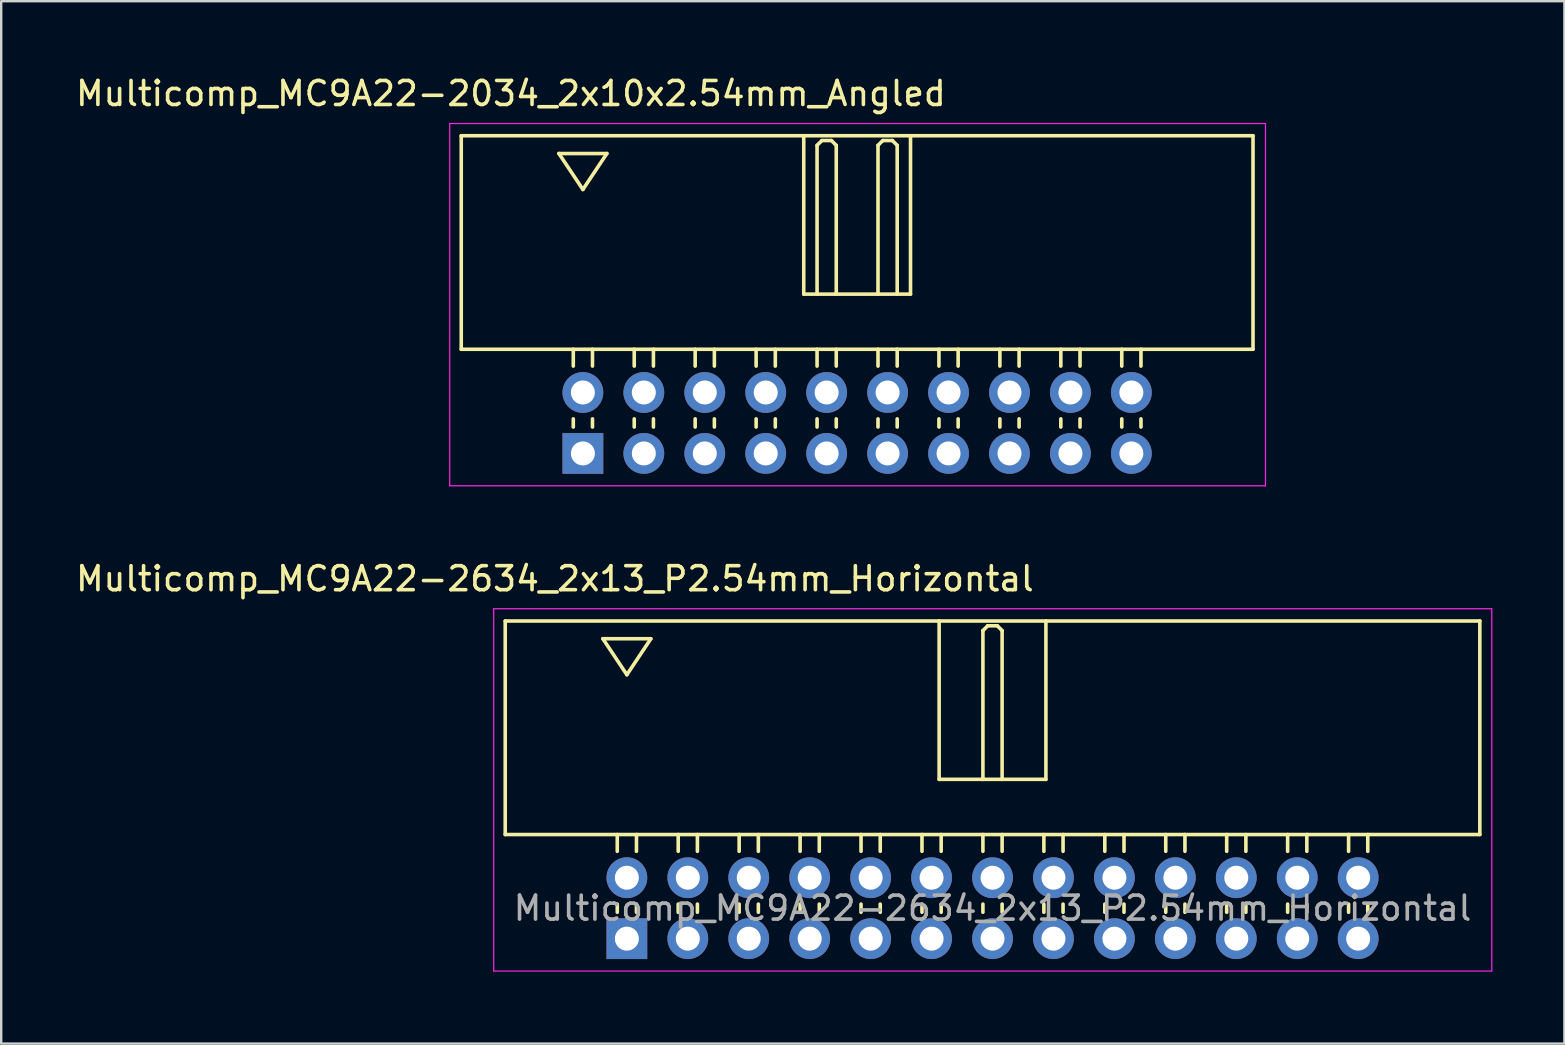
<source format=kicad_pcb>
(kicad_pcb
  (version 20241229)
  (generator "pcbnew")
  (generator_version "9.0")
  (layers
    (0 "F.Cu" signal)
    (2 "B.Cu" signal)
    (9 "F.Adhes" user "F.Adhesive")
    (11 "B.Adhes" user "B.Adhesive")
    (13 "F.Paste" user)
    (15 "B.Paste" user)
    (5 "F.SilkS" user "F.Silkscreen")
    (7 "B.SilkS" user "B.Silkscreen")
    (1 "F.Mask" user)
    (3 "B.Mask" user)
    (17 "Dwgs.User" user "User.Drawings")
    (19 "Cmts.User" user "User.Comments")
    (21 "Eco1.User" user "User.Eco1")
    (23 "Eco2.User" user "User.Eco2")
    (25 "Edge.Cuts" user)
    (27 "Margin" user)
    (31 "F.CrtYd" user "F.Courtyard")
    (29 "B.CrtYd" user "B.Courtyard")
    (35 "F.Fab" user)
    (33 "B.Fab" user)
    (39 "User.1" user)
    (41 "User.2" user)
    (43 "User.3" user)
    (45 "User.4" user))
  (footprint "Multicomp_MC9A22-2634_2x13_P2.54mm_Horizontal"
    (layer "F.Cu")
    (at 23.077 36.072)
    (property "Reference" "Multicomp_MC9A22-2634_2x13_P2.54mm_Horizontal" (at -3 -15 0) (layer "F.SilkS") (effects (font (size 1 1) (thickness 0.15))))
    (attr through_hole)
    (fp_line (start -5.07 -13.24) (end 35.55 -13.24) (stroke (width 0.15) (type solid)) (layer "F.SilkS"))
    (fp_line (start -5.07 -4.34) (end -5.07 -13.24) (stroke (width 0.15) (type solid)) (layer "F.SilkS"))
    (fp_line (start -1 -12.5) (end 1 -12.5) (stroke (width 0.15) (type solid)) (layer "F.SilkS"))
    (fp_line (start -0.4 -3.64) (end -0.4 -4.34) (stroke (width 0.15) (type solid)) (layer "F.SilkS"))
    (fp_line (start -0.4 -1.1) (end -0.4 -1.44) (stroke (width 0.15) (type solid)) (layer "F.SilkS"))
    (fp_line (start 0 -11) (end -1 -12.5) (stroke (width 0.15) (type solid)) (layer "F.SilkS"))
    (fp_line (start 0.4 -3.64) (end 0.4 -4.34) (stroke (width 0.15) (type solid)) (layer "F.SilkS"))
    (fp_line (start 0.4 -1.1) (end 0.4 -1.44) (stroke (width 0.15) (type solid)) (layer "F.SilkS"))
    (fp_line (start 1 -12.5) (end 0 -11) (stroke (width 0.15) (type solid)) (layer "F.SilkS"))
    (fp_line (start 2.14 -3.64) (end 2.14 -4.34) (stroke (width 0.15) (type solid)) (layer "F.SilkS"))
    (fp_line (start 2.14 -1.1) (end 2.14 -1.44) (stroke (width 0.15) (type solid)) (layer "F.SilkS"))
    (fp_line (start 2.94 -3.64) (end 2.94 -4.34) (stroke (width 0.15) (type solid)) (layer "F.SilkS"))
    (fp_line (start 2.94 -1.1) (end 2.94 -1.44) (stroke (width 0.15) (type solid)) (layer "F.SilkS"))
    (fp_line (start 4.68 -3.64) (end 4.68 -4.34) (stroke (width 0.15) (type solid)) (layer "F.SilkS"))
    (fp_line (start 4.68 -1.1) (end 4.68 -1.44) (stroke (width 0.15) (type solid)) (layer "F.SilkS"))
    (fp_line (start 5.48 -3.64) (end 5.48 -4.34) (stroke (width 0.15) (type solid)) (layer "F.SilkS"))
    (fp_line (start 5.48 -1.1) (end 5.48 -1.44) (stroke (width 0.15) (type solid)) (layer "F.SilkS"))
    (fp_line (start 7.22 -3.64) (end 7.22 -4.34) (stroke (width 0.15) (type solid)) (layer "F.SilkS"))
    (fp_line (start 7.22 -1.1) (end 7.22 -1.44) (stroke (width 0.15) (type solid)) (layer "F.SilkS"))
    (fp_line (start 8.02 -3.64) (end 8.02 -4.34) (stroke (width 0.15) (type solid)) (layer "F.SilkS"))
    (fp_line (start 8.02 -1.1) (end 8.02 -1.44) (stroke (width 0.15) (type solid)) (layer "F.SilkS"))
    (fp_line (start 9.76 -3.64) (end 9.76 -4.34) (stroke (width 0.15) (type solid)) (layer "F.SilkS"))
    (fp_line (start 9.76 -1.1) (end 9.76 -1.44) (stroke (width 0.15) (type solid)) (layer "F.SilkS"))
    (fp_line (start 10.56 -3.64) (end 10.56 -4.34) (stroke (width 0.15) (type solid)) (layer "F.SilkS"))
    (fp_line (start 10.56 -1.1) (end 10.56 -1.44) (stroke (width 0.15) (type solid)) (layer "F.SilkS"))
    (fp_line (start 12.3 -3.64) (end 12.3 -4.34) (stroke (width 0.15) (type solid)) (layer "F.SilkS"))
    (fp_line (start 12.3 -1.1) (end 12.3 -1.44) (stroke (width 0.15) (type solid)) (layer "F.SilkS"))
    (fp_line (start 13.015 -13.24) (end 13.015 -6.64) (stroke (width 0.15) (type solid)) (layer "F.SilkS"))
    (fp_line (start 13.015 -6.64) (end 17.465 -6.64) (stroke (width 0.15) (type solid)) (layer "F.SilkS"))
    (fp_line (start 13.1 -3.64) (end 13.1 -4.34) (stroke (width 0.15) (type solid)) (layer "F.SilkS"))
    (fp_line (start 13.1 -1.1) (end 13.1 -1.44) (stroke (width 0.15) (type solid)) (layer "F.SilkS"))
    (fp_line (start 14.84 -12.84) (end 15.04 -13.04) (stroke (width 0.15) (type solid)) (layer "F.SilkS"))
    (fp_line (start 14.84 -6.64) (end 14.84 -12.84) (stroke (width 0.15) (type solid)) (layer "F.SilkS"))
    (fp_line (start 14.84 -3.64) (end 14.84 -4.34) (stroke (width 0.15) (type solid)) (layer "F.SilkS"))
    (fp_line (start 14.84 -1.1) (end 14.84 -1.44) (stroke (width 0.15) (type solid)) (layer "F.SilkS"))
    (fp_line (start 15.04 -13.04) (end 15.44 -13.04) (stroke (width 0.15) (type solid)) (layer "F.SilkS"))
    (fp_line (start 15.44 -13.04) (end 15.64 -12.84) (stroke (width 0.15) (type solid)) (layer "F.SilkS"))
    (fp_line (start 15.64 -12.84) (end 15.64 -6.64) (stroke (width 0.15) (type solid)) (layer "F.SilkS"))
    (fp_line (start 15.64 -3.64) (end 15.64 -4.34) (stroke (width 0.15) (type solid)) (layer "F.SilkS"))
    (fp_line (start 15.64 -1.1) (end 15.64 -1.44) (stroke (width 0.15) (type solid)) (layer "F.SilkS"))
    (fp_line (start 17.38 -3.64) (end 17.38 -4.34) (stroke (width 0.15) (type solid)) (layer "F.SilkS"))
    (fp_line (start 17.38 -1.1) (end 17.38 -1.44) (stroke (width 0.15) (type solid)) (layer "F.SilkS"))
    (fp_line (start 17.465 -6.64) (end 17.465 -13.24) (stroke (width 0.15) (type solid)) (layer "F.SilkS"))
    (fp_line (start 18.18 -3.64) (end 18.18 -4.34) (stroke (width 0.15) (type solid)) (layer "F.SilkS"))
    (fp_line (start 18.18 -1.1) (end 18.18 -1.44) (stroke (width 0.15) (type solid)) (layer "F.SilkS"))
    (fp_line (start 19.92 -3.64) (end 19.92 -4.34) (stroke (width 0.15) (type solid)) (layer "F.SilkS"))
    (fp_line (start 19.92 -1.1) (end 19.92 -1.44) (stroke (width 0.15) (type solid)) (layer "F.SilkS"))
    (fp_line (start 20.72 -3.64) (end 20.72 -4.34) (stroke (width 0.15) (type solid)) (layer "F.SilkS"))
    (fp_line (start 20.72 -1.1) (end 20.72 -1.44) (stroke (width 0.15) (type solid)) (layer "F.SilkS"))
    (fp_line (start 22.46 -3.64) (end 22.46 -4.34) (stroke (width 0.15) (type solid)) (layer "F.SilkS"))
    (fp_line (start 22.46 -1.1) (end 22.46 -1.44) (stroke (width 0.15) (type solid)) (layer "F.SilkS"))
    (fp_line (start 23.26 -3.64) (end 23.26 -4.34) (stroke (width 0.15) (type solid)) (layer "F.SilkS"))
    (fp_line (start 23.26 -1.1) (end 23.26 -1.44) (stroke (width 0.15) (type solid)) (layer "F.SilkS"))
    (fp_line (start 25 -3.64) (end 25 -4.34) (stroke (width 0.15) (type solid)) (layer "F.SilkS"))
    (fp_line (start 25 -1.1) (end 25 -1.44) (stroke (width 0.15) (type solid)) (layer "F.SilkS"))
    (fp_line (start 25.8 -3.64) (end 25.8 -4.34) (stroke (width 0.15) (type solid)) (layer "F.SilkS"))
    (fp_line (start 25.8 -1.1) (end 25.8 -1.44) (stroke (width 0.15) (type solid)) (layer "F.SilkS"))
    (fp_line (start 27.54 -3.64) (end 27.54 -4.34) (stroke (width 0.15) (type solid)) (layer "F.SilkS"))
    (fp_line (start 27.54 -1.1) (end 27.54 -1.44) (stroke (width 0.15) (type solid)) (layer "F.SilkS"))
    (fp_line (start 28.34 -3.64) (end 28.34 -4.34) (stroke (width 0.15) (type solid)) (layer "F.SilkS"))
    (fp_line (start 28.34 -1.1) (end 28.34 -1.44) (stroke (width 0.15) (type solid)) (layer "F.SilkS"))
    (fp_line (start 30.08 -3.64) (end 30.08 -4.34) (stroke (width 0.15) (type solid)) (layer "F.SilkS"))
    (fp_line (start 30.08 -1.1) (end 30.08 -1.44) (stroke (width 0.15) (type solid)) (layer "F.SilkS"))
    (fp_line (start 30.88 -3.64) (end 30.88 -4.34) (stroke (width 0.15) (type solid)) (layer "F.SilkS"))
    (fp_line (start 30.88 -1.1) (end 30.88 -1.44) (stroke (width 0.15) (type solid)) (layer "F.SilkS"))
    (fp_line (start 35.55 -13.24) (end 35.55 -4.34) (stroke (width 0.15) (type solid)) (layer "F.SilkS"))
    (fp_line (start 35.55 -4.34) (end -5.07 -4.34) (stroke (width 0.15) (type solid)) (layer "F.SilkS"))
    (fp_line (start -5.55 -13.75) (end 36.05 -13.75) (stroke (width 0.05) (type solid)) (layer "F.CrtYd"))
    (fp_line (start -5.55 1.35) (end -5.55 -13.75) (stroke (width 0.05) (type solid)) (layer "F.CrtYd"))
    (fp_line (start 36.05 -13.75) (end 36.05 1.35) (stroke (width 0.05) (type solid)) (layer "F.CrtYd"))
    (fp_line (start 36.05 1.35) (end -5.55 1.35) (stroke (width 0.05) (type solid)) (layer "F.CrtYd"))
    (fp_text user "${REFERENCE}" (at 15.24 -1.27 0) (layer "F.Fab") (effects (font (size 1 1) (thickness 0.15))))
    (pad "1" thru_hole rect (at 0 0) (size 1.7 1.7) (drill 1) (layers "*.Cu" "*.Mask"))
    (pad "2" thru_hole circle (at 0 -2.54) (size 1.7 1.7) (drill 1) (layers "*.Cu" "*.Mask"))
    (pad "3" thru_hole circle (at 2.54 0) (size 1.7 1.7) (drill 1) (layers "*.Cu" "*.Mask"))
    (pad "4" thru_hole circle (at 2.54 -2.54) (size 1.7 1.7) (drill 1) (layers "*.Cu" "*.Mask"))
    (pad "5" thru_hole circle (at 5.08 0) (size 1.7 1.7) (drill 1) (layers "*.Cu" "*.Mask"))
    (pad "6" thru_hole circle (at 5.08 -2.54) (size 1.7 1.7) (drill 1) (layers "*.Cu" "*.Mask"))
    (pad "7" thru_hole circle (at 7.62 0) (size 1.7 1.7) (drill 1) (layers "*.Cu" "*.Mask"))
    (pad "8" thru_hole circle (at 7.62 -2.54) (size 1.7 1.7) (drill 1) (layers "*.Cu" "*.Mask"))
    (pad "9" thru_hole circle (at 10.16 0) (size 1.7 1.7) (drill 1) (layers "*.Cu" "*.Mask"))
    (pad "10" thru_hole circle (at 10.16 -2.54) (size 1.7 1.7) (drill 1) (layers "*.Cu" "*.Mask"))
    (pad "11" thru_hole circle (at 12.7 0) (size 1.7 1.7) (drill 1) (layers "*.Cu" "*.Mask"))
    (pad "12" thru_hole circle (at 12.7 -2.54) (size 1.7 1.7) (drill 1) (layers "*.Cu" "*.Mask"))
    (pad "13" thru_hole circle (at 15.24 0) (size 1.7 1.7) (drill 1) (layers "*.Cu" "*.Mask"))
    (pad "14" thru_hole circle (at 15.24 -2.54) (size 1.7 1.7) (drill 1) (layers "*.Cu" "*.Mask"))
    (pad "15" thru_hole circle (at 17.78 0) (size 1.7 1.7) (drill 1) (layers "*.Cu" "*.Mask"))
    (pad "16" thru_hole circle (at 17.78 -2.54) (size 1.7 1.7) (drill 1) (layers "*.Cu" "*.Mask"))
    (pad "17" thru_hole circle (at 20.32 0) (size 1.7 1.7) (drill 1) (layers "*.Cu" "*.Mask"))
    (pad "18" thru_hole circle (at 20.32 -2.54) (size 1.7 1.7) (drill 1) (layers "*.Cu" "*.Mask"))
    (pad "19" thru_hole circle (at 22.86 0) (size 1.7 1.7) (drill 1) (layers "*.Cu" "*.Mask"))
    (pad "20" thru_hole circle (at 22.86 -2.54) (size 1.7 1.7) (drill 1) (layers "*.Cu" "*.Mask"))
    (pad "21" thru_hole circle (at 25.4 0) (size 1.7 1.7) (drill 1) (layers "*.Cu" "*.Mask"))
    (pad "22" thru_hole circle (at 25.4 -2.54) (size 1.7 1.7) (drill 1) (layers "*.Cu" "*.Mask"))
    (pad "23" thru_hole circle (at 27.94 0) (size 1.7 1.7) (drill 1) (layers "*.Cu" "*.Mask"))
    (pad "24" thru_hole circle (at 27.94 -2.54) (size 1.7 1.7) (drill 1) (layers "*.Cu" "*.Mask"))
    (pad "25" thru_hole circle (at 30.48 0) (size 1.7 1.7) (drill 1) (layers "*.Cu" "*.Mask"))
    (pad "26" thru_hole circle (at 30.48 -2.54) (size 1.7 1.7) (drill 1) (layers "*.Cu" "*.Mask")))
  (footprint "Multicomp_MC9A22-2034_2x10x2.54mm_Angled"
    (layer "F.Cu")
    (at 21.244 15.848)
    (property "Reference" "Multicomp_MC9A22-2034_2x10x2.54mm_Angled" (at -3 -15 0) (layer "F.SilkS") (effects (font (size 1 1) (thickness 0.15))))
    (attr through_hole)
    (fp_line (start -5.07 -13.24) (end 27.93 -13.24) (stroke (width 0.15) (type solid)) (layer "F.SilkS"))
    (fp_line (start -5.07 -4.34) (end -5.07 -13.24) (stroke (width 0.15) (type solid)) (layer "F.SilkS"))
    (fp_line (start -1 -12.5) (end 1 -12.5) (stroke (width 0.15) (type solid)) (layer "F.SilkS"))
    (fp_line (start -0.4 -3.64) (end -0.4 -4.34) (stroke (width 0.15) (type solid)) (layer "F.SilkS"))
    (fp_line (start -0.4 -1.1) (end -0.4 -1.44) (stroke (width 0.15) (type solid)) (layer "F.SilkS"))
    (fp_line (start 0 -11) (end -1 -12.5) (stroke (width 0.15) (type solid)) (layer "F.SilkS"))
    (fp_line (start 0.4 -3.64) (end 0.4 -4.34) (stroke (width 0.15) (type solid)) (layer "F.SilkS"))
    (fp_line (start 0.4 -1.1) (end 0.4 -1.44) (stroke (width 0.15) (type solid)) (layer "F.SilkS"))
    (fp_line (start 1 -12.5) (end 0 -11) (stroke (width 0.15) (type solid)) (layer "F.SilkS"))
    (fp_line (start 2.14 -3.64) (end 2.14 -4.34) (stroke (width 0.15) (type solid)) (layer "F.SilkS"))
    (fp_line (start 2.14 -1.1) (end 2.14 -1.44) (stroke (width 0.15) (type solid)) (layer "F.SilkS"))
    (fp_line (start 2.94 -3.64) (end 2.94 -4.34) (stroke (width 0.15) (type solid)) (layer "F.SilkS"))
    (fp_line (start 2.94 -1.1) (end 2.94 -1.44) (stroke (width 0.15) (type solid)) (layer "F.SilkS"))
    (fp_line (start 4.68 -3.64) (end 4.68 -4.34) (stroke (width 0.15) (type solid)) (layer "F.SilkS"))
    (fp_line (start 4.68 -1.1) (end 4.68 -1.44) (stroke (width 0.15) (type solid)) (layer "F.SilkS"))
    (fp_line (start 5.48 -3.64) (end 5.48 -4.34) (stroke (width 0.15) (type solid)) (layer "F.SilkS"))
    (fp_line (start 5.48 -1.1) (end 5.48 -1.44) (stroke (width 0.15) (type solid)) (layer "F.SilkS"))
    (fp_line (start 7.22 -3.64) (end 7.22 -4.34) (stroke (width 0.15) (type solid)) (layer "F.SilkS"))
    (fp_line (start 7.22 -1.1) (end 7.22 -1.44) (stroke (width 0.15) (type solid)) (layer "F.SilkS"))
    (fp_line (start 8.02 -3.64) (end 8.02 -4.34) (stroke (width 0.15) (type solid)) (layer "F.SilkS"))
    (fp_line (start 8.02 -1.1) (end 8.02 -1.44) (stroke (width 0.15) (type solid)) (layer "F.SilkS"))
    (fp_line (start 9.205 -13.24) (end 9.205 -6.64) (stroke (width 0.15) (type solid)) (layer "F.SilkS"))
    (fp_line (start 9.205 -6.64) (end 13.655 -6.64) (stroke (width 0.15) (type solid)) (layer "F.SilkS"))
    (fp_line (start 9.76 -12.84) (end 9.96 -13.04) (stroke (width 0.15) (type solid)) (layer "F.SilkS"))
    (fp_line (start 9.76 -6.64) (end 9.76 -12.84) (stroke (width 0.15) (type solid)) (layer "F.SilkS"))
    (fp_line (start 9.76 -3.64) (end 9.76 -4.34) (stroke (width 0.15) (type solid)) (layer "F.SilkS"))
    (fp_line (start 9.76 -1.1) (end 9.76 -1.44) (stroke (width 0.15) (type solid)) (layer "F.SilkS"))
    (fp_line (start 9.96 -13.04) (end 10.36 -13.04) (stroke (width 0.15) (type solid)) (layer "F.SilkS"))
    (fp_line (start 10.36 -13.04) (end 10.56 -12.84) (stroke (width 0.15) (type solid)) (layer "F.SilkS"))
    (fp_line (start 10.56 -12.84) (end 10.56 -6.64) (stroke (width 0.15) (type solid)) (layer "F.SilkS"))
    (fp_line (start 10.56 -3.64) (end 10.56 -4.34) (stroke (width 0.15) (type solid)) (layer "F.SilkS"))
    (fp_line (start 10.56 -1.1) (end 10.56 -1.44) (stroke (width 0.15) (type solid)) (layer "F.SilkS"))
    (fp_line (start 12.3 -12.84) (end 12.5 -13.04) (stroke (width 0.15) (type solid)) (layer "F.SilkS"))
    (fp_line (start 12.3 -6.64) (end 12.3 -12.84) (stroke (width 0.15) (type solid)) (layer "F.SilkS"))
    (fp_line (start 12.3 -3.64) (end 12.3 -4.34) (stroke (width 0.15) (type solid)) (layer "F.SilkS"))
    (fp_line (start 12.3 -1.1) (end 12.3 -1.44) (stroke (width 0.15) (type solid)) (layer "F.SilkS"))
    (fp_line (start 12.5 -13.04) (end 12.9 -13.04) (stroke (width 0.15) (type solid)) (layer "F.SilkS"))
    (fp_line (start 12.9 -13.04) (end 13.1 -12.84) (stroke (width 0.15) (type solid)) (layer "F.SilkS"))
    (fp_line (start 13.1 -12.84) (end 13.1 -6.64) (stroke (width 0.15) (type solid)) (layer "F.SilkS"))
    (fp_line (start 13.1 -3.64) (end 13.1 -4.34) (stroke (width 0.15) (type solid)) (layer "F.SilkS"))
    (fp_line (start 13.1 -1.1) (end 13.1 -1.44) (stroke (width 0.15) (type solid)) (layer "F.SilkS"))
    (fp_line (start 13.655 -6.64) (end 13.655 -13.24) (stroke (width 0.15) (type solid)) (layer "F.SilkS"))
    (fp_line (start 14.84 -3.64) (end 14.84 -4.34) (stroke (width 0.15) (type solid)) (layer "F.SilkS"))
    (fp_line (start 14.84 -1.1) (end 14.84 -1.44) (stroke (width 0.15) (type solid)) (layer "F.SilkS"))
    (fp_line (start 15.64 -3.64) (end 15.64 -4.34) (stroke (width 0.15) (type solid)) (layer "F.SilkS"))
    (fp_line (start 15.64 -1.1) (end 15.64 -1.44) (stroke (width 0.15) (type solid)) (layer "F.SilkS"))
    (fp_line (start 17.38 -3.64) (end 17.38 -4.34) (stroke (width 0.15) (type solid)) (layer "F.SilkS"))
    (fp_line (start 17.38 -1.1) (end 17.38 -1.44) (stroke (width 0.15) (type solid)) (layer "F.SilkS"))
    (fp_line (start 18.18 -3.64) (end 18.18 -4.34) (stroke (width 0.15) (type solid)) (layer "F.SilkS"))
    (fp_line (start 18.18 -1.1) (end 18.18 -1.44) (stroke (width 0.15) (type solid)) (layer "F.SilkS"))
    (fp_line (start 19.92 -3.64) (end 19.92 -4.34) (stroke (width 0.15) (type solid)) (layer "F.SilkS"))
    (fp_line (start 19.92 -1.1) (end 19.92 -1.44) (stroke (width 0.15) (type solid)) (layer "F.SilkS"))
    (fp_line (start 20.72 -3.64) (end 20.72 -4.34) (stroke (width 0.15) (type solid)) (layer "F.SilkS"))
    (fp_line (start 20.72 -1.1) (end 20.72 -1.44) (stroke (width 0.15) (type solid)) (layer "F.SilkS"))
    (fp_line (start 22.46 -3.64) (end 22.46 -4.34) (stroke (width 0.15) (type solid)) (layer "F.SilkS"))
    (fp_line (start 22.46 -1.1) (end 22.46 -1.44) (stroke (width 0.15) (type solid)) (layer "F.SilkS"))
    (fp_line (start 23.26 -3.64) (end 23.26 -4.34) (stroke (width 0.15) (type solid)) (layer "F.SilkS"))
    (fp_line (start 23.26 -1.1) (end 23.26 -1.44) (stroke (width 0.15) (type solid)) (layer "F.SilkS"))
    (fp_line (start 27.93 -13.24) (end 27.93 -4.34) (stroke (width 0.15) (type solid)) (layer "F.SilkS"))
    (fp_line (start 27.93 -4.34) (end -5.07 -4.34) (stroke (width 0.15) (type solid)) (layer "F.SilkS"))
    (fp_line (start -5.55 -13.75) (end 28.45 -13.75) (stroke (width 0.05) (type solid)) (layer "F.CrtYd"))
    (fp_line (start -5.55 1.35) (end -5.55 -13.75) (stroke (width 0.05) (type solid)) (layer "F.CrtYd"))
    (fp_line (start 28.45 -13.75) (end 28.45 1.35) (stroke (width 0.05) (type solid)) (layer "F.CrtYd"))
    (fp_line (start 28.45 1.35) (end -5.55 1.35) (stroke (width 0.05) (type solid)) (layer "F.CrtYd"))
    (pad "1" thru_hole rect (at 0 0) (size 1.7 1.7) (drill 1) (layers "*.Cu" "*.Mask"))
    (pad "2" thru_hole circle (at 0 -2.54) (size 1.7 1.7) (drill 1) (layers "*.Cu" "*.Mask"))
    (pad "3" thru_hole circle (at 2.54 0) (size 1.7 1.7) (drill 1) (layers "*.Cu" "*.Mask"))
    (pad "4" thru_hole circle (at 2.54 -2.54) (size 1.7 1.7) (drill 1) (layers "*.Cu" "*.Mask"))
    (pad "5" thru_hole circle (at 5.08 0) (size 1.7 1.7) (drill 1) (layers "*.Cu" "*.Mask"))
    (pad "6" thru_hole circle (at 5.08 -2.54) (size 1.7 1.7) (drill 1) (layers "*.Cu" "*.Mask"))
    (pad "7" thru_hole circle (at 7.62 0) (size 1.7 1.7) (drill 1) (layers "*.Cu" "*.Mask"))
    (pad "8" thru_hole circle (at 7.62 -2.54) (size 1.7 1.7) (drill 1) (layers "*.Cu" "*.Mask"))
    (pad "9" thru_hole circle (at 10.16 0) (size 1.7 1.7) (drill 1) (layers "*.Cu" "*.Mask"))
    (pad "10" thru_hole circle (at 10.16 -2.54) (size 1.7 1.7) (drill 1) (layers "*.Cu" "*.Mask"))
    (pad "11" thru_hole circle (at 12.7 0) (size 1.7 1.7) (drill 1) (layers "*.Cu" "*.Mask"))
    (pad "12" thru_hole circle (at 12.7 -2.54) (size 1.7 1.7) (drill 1) (layers "*.Cu" "*.Mask"))
    (pad "13" thru_hole circle (at 15.24 0) (size 1.7 1.7) (drill 1) (layers "*.Cu" "*.Mask"))
    (pad "14" thru_hole circle (at 15.24 -2.54) (size 1.7 1.7) (drill 1) (layers "*.Cu" "*.Mask"))
    (pad "15" thru_hole circle (at 17.78 0) (size 1.7 1.7) (drill 1) (layers "*.Cu" "*.Mask"))
    (pad "16" thru_hole circle (at 17.78 -2.54) (size 1.7 1.7) (drill 1) (layers "*.Cu" "*.Mask"))
    (pad "17" thru_hole circle (at 20.32 0) (size 1.7 1.7) (drill 1) (layers "*.Cu" "*.Mask"))
    (pad "18" thru_hole circle (at 20.32 -2.54) (size 1.7 1.7) (drill 1) (layers "*.Cu" "*.Mask"))
    (pad "19" thru_hole circle (at 22.86 0) (size 1.7 1.7) (drill 1) (layers "*.Cu" "*.Mask"))
    (pad "20" thru_hole circle (at 22.86 -2.54) (size 1.7 1.7) (drill 1) (layers "*.Cu" "*.Mask")))
  (gr_rect
    (start -3 -3)
    (end 62.152 40.447)
    (stroke (width 0.1) (type default))
    (fill no)
    (layer "Edge.Cuts")))
</source>
